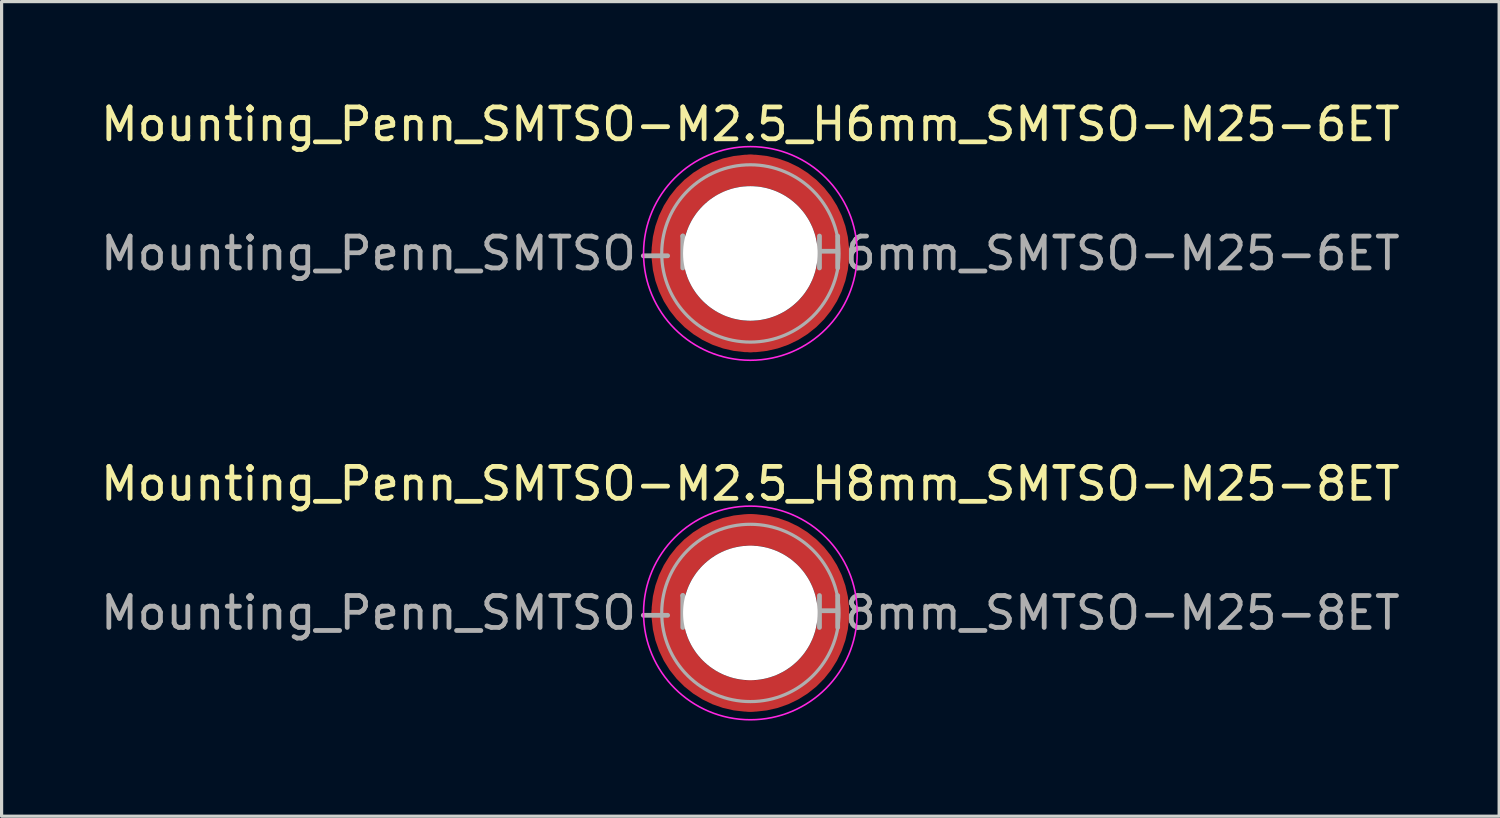
<source format=kicad_pcb>
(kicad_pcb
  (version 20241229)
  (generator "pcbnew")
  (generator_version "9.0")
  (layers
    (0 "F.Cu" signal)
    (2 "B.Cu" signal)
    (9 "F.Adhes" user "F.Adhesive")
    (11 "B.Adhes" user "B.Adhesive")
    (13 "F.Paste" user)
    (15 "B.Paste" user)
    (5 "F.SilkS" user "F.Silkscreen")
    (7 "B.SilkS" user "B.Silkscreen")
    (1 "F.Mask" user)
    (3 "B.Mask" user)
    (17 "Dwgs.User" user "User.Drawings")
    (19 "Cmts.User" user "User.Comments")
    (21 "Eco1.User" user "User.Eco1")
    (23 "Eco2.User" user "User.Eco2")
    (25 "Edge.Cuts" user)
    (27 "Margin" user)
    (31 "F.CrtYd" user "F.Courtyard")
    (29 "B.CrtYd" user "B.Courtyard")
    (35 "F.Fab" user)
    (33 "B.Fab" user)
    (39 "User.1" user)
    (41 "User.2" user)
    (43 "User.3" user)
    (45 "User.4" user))
  (footprint "Mounting_Penn_SMTSO-M2.5_H8mm_SMTSO-M25-8ET"
    (layer "F.Cu")
    (at 20.482 16.172)
    (property "Reference" "Mounting_Penn_SMTSO-M2.5_H8mm_SMTSO-M25-8ET" (at 0 -4.05 0) (layer "F.SilkS") (effects (font (size 1 1) (thickness 0.15))))
    (attr smd)
    (fp_circle (center 0 0) (end 3.35 0) (stroke (width 0.05) (type solid)) (fill no) (layer "F.CrtYd"))
    (fp_circle (center 0 0) (end 2.78 0) (stroke (width 0.1) (type solid)) (fill no) (layer "F.Fab"))
    (fp_text user "${REFERENCE}" (at 0 0 0) (layer "F.Fab") (effects (font (size 1 1) (thickness 0.15))))
    (pad "" smd custom (at -1.842 -1.842) (size 0.395 0.395) (layers "F.Paste") (options (anchor circle)) (primitives (gr_arc (start -0.448423 1.542013) (mid 0.208597 0.208597) (end 1.542013 -0.448423) (width 0.2)) (gr_arc (start -0.547562 1.542013) (mid 0.139064 0.139064) (end 1.542013 -0.547562) (width 0.2)) (gr_arc (start -0.646637 1.542013) (mid 0.069532 0.069532) (end 1.542013 -0.646637) (width 0.2)) (gr_arc (start -0.745655 1.542013) (mid 0 0) (end 1.542013 -0.745655) (width 0.2)) (gr_arc (start -0.844622 1.542013) (mid -0.069532 -0.069532) (end 1.542013 -0.844622) (width 0.2)) (gr_arc (start -0.943545 1.542013) (mid -0.139064 -0.139064) (end 1.542013 -0.943545) (width 0.2)) (gr_arc (start -1.042428 1.542013) (mid -0.208597 -0.208597) (end 1.542013 -1.042428) (width 0.2)) (gr_arc (start -1.042428 1.542013) (mid -0.208597 -0.208597) (end 1.542013 -1.042428) (width 0.2)) (gr_line (start 1.542 -0.448) (end 1.542 -1.042) (width 0.2)) (gr_line (start -0.448 1.542) (end -1.042 1.542) (width 0.2))))
    (pad "" smd custom (at -1.842 1.842) (size 0.395 0.395) (layers "F.Paste") (options (anchor circle)) (primitives (gr_arc (start 1.542013 0.448423) (mid 0.208597 -0.208597) (end -0.448423 -1.542013) (width 0.2)) (gr_arc (start 1.542013 0.547562) (mid 0.139064 -0.139064) (end -0.547562 -1.542013) (width 0.2)) (gr_arc (start 1.542013 0.646637) (mid 0.069532 -0.069532) (end -0.646637 -1.542013) (width 0.2)) (gr_arc (start 1.542013 0.745655) (mid 0 0) (end -0.745655 -1.542013) (width 0.2)) (gr_arc (start 1.542013 0.844622) (mid -0.069532 0.069532) (end -0.844622 -1.542013) (width 0.2)) (gr_arc (start 1.542013 0.943545) (mid -0.139064 0.139064) (end -0.943545 -1.542013) (width 0.2)) (gr_arc (start 1.542013 1.042428) (mid -0.208597 0.208597) (end -1.042428 -1.542013) (width 0.2)) (gr_arc (start 1.542013 1.042428) (mid -0.208597 0.208597) (end -1.042428 -1.542013) (width 0.2)) (gr_line (start -0.448 -1.542) (end -1.042 -1.542) (width 0.2)) (gr_line (start 1.542 0.448) (end 1.542 1.042) (width 0.2))))
    (pad "" np_thru_hole circle (at 0 0) (size 4.22 4.22) (drill 4.22) (layers "*.Cu" "*.Mask"))
    (pad "" smd custom (at 1.842 -1.842) (size 0.395 0.395) (layers "F.Paste") (options (anchor circle)) (primitives (gr_arc (start -1.542013 -0.448423) (mid -0.208597 0.208597) (end 0.448423 1.542013) (width 0.2)) (gr_arc (start -1.542013 -0.547562) (mid -0.139064 0.139064) (end 0.547562 1.542013) (width 0.2)) (gr_arc (start -1.542013 -0.646637) (mid -0.069532 0.069532) (end 0.646637 1.542013) (width 0.2)) (gr_arc (start -1.542013 -0.745655) (mid 0 0) (end 0.745655 1.542013) (width 0.2)) (gr_arc (start -1.542013 -0.844622) (mid 0.069532 -0.069532) (end 0.844622 1.542013) (width 0.2)) (gr_arc (start -1.542013 -0.943545) (mid 0.139064 -0.139064) (end 0.943545 1.542013) (width 0.2)) (gr_arc (start -1.542013 -1.042428) (mid 0.208597 -0.208597) (end 1.042428 1.542013) (width 0.2)) (gr_arc (start -1.542013 -1.042428) (mid 0.208597 -0.208597) (end 1.042428 1.542013) (width 0.2)) (gr_line (start 0.448 1.542) (end 1.042 1.542) (width 0.2)) (gr_line (start -1.542 -0.448) (end -1.542 -1.042) (width 0.2))))
    (pad "" smd custom (at 1.842 1.842) (size 0.395 0.395) (layers "F.Paste") (options (anchor circle)) (primitives (gr_arc (start 0.448423 -1.542013) (mid -0.208597 -0.208597) (end -1.542013 0.448423) (width 0.2)) (gr_arc (start 0.547562 -1.542013) (mid -0.139064 -0.139064) (end -1.542013 0.547562) (width 0.2)) (gr_arc (start 0.646637 -1.542013) (mid -0.069532 -0.069532) (end -1.542013 0.646637) (width 0.2)) (gr_arc (start 0.745655 -1.542013) (mid 0 0) (end -1.542013 0.745655) (width 0.2)) (gr_arc (start 0.844622 -1.542013) (mid 0.069532 0.069532) (end -1.542013 0.844622) (width 0.2)) (gr_arc (start 0.943545 -1.542013) (mid 0.139064 0.139064) (end -1.542013 0.943545) (width 0.2)) (gr_arc (start 1.042428 -1.542013) (mid 0.208597 0.208597) (end -1.542013 1.042428) (width 0.2)) (gr_arc (start 1.042428 -1.542013) (mid 0.208597 0.208597) (end -1.542013 1.042428) (width 0.2)) (gr_line (start -1.542 0.448) (end -1.542 1.042) (width 0.2)) (gr_line (start 0.448 -1.542) (end 1.042 -1.542) (width 0.2))))
    (pad "1" smd circle (at -2.605 0) (size 0.99 0.99) (layers "F.Cu"))
    (pad "1" smd circle (at 0 -2.605) (size 0.99 0.99) (layers "F.Cu"))
    (pad "1" smd circle (at 0 2.605) (size 0.99 0.99) (layers "F.Cu"))
    (pad "1" smd custom (at 2.605 0) (size 0.99 0.99) (layers "F.Cu" "F.Mask") (options (anchor circle)) (primitives (gr_circle (center -2.605 0) (end 0 0) (width 0.99) (fill no)))))
  (footprint "Mounting_Penn_SMTSO-M2.5_H6mm_SMTSO-M25-6ET"
    (layer "F.Cu")
    (at 20.482 4.898)
    (property "Reference" "Mounting_Penn_SMTSO-M2.5_H6mm_SMTSO-M25-6ET" (at 0 -4.05 0) (layer "F.SilkS") (effects (font (size 1 1) (thickness 0.15))))
    (attr smd)
    (fp_circle (center 0 0) (end 3.35 0) (stroke (width 0.05) (type solid)) (fill no) (layer "F.CrtYd"))
    (fp_circle (center 0 0) (end 2.78 0) (stroke (width 0.1) (type solid)) (fill no) (layer "F.Fab"))
    (fp_text user "${REFERENCE}" (at 0 0 0) (layer "F.Fab") (effects (font (size 1 1) (thickness 0.15))))
    (pad "" smd custom (at -1.842 -1.842) (size 0.395 0.395) (layers "F.Paste") (options (anchor circle)) (primitives (gr_arc (start -0.448423 1.542013) (mid 0.208597 0.208597) (end 1.542013 -0.448423) (width 0.2)) (gr_arc (start -0.547562 1.542013) (mid 0.139064 0.139064) (end 1.542013 -0.547562) (width 0.2)) (gr_arc (start -0.646637 1.542013) (mid 0.069532 0.069532) (end 1.542013 -0.646637) (width 0.2)) (gr_arc (start -0.745655 1.542013) (mid 0 0) (end 1.542013 -0.745655) (width 0.2)) (gr_arc (start -0.844622 1.542013) (mid -0.069532 -0.069532) (end 1.542013 -0.844622) (width 0.2)) (gr_arc (start -0.943545 1.542013) (mid -0.139064 -0.139064) (end 1.542013 -0.943545) (width 0.2)) (gr_arc (start -1.042428 1.542013) (mid -0.208597 -0.208597) (end 1.542013 -1.042428) (width 0.2)) (gr_arc (start -1.042428 1.542013) (mid -0.208597 -0.208597) (end 1.542013 -1.042428) (width 0.2)) (gr_line (start 1.542 -0.448) (end 1.542 -1.042) (width 0.2)) (gr_line (start -0.448 1.542) (end -1.042 1.542) (width 0.2))))
    (pad "" smd custom (at -1.842 1.842) (size 0.395 0.395) (layers "F.Paste") (options (anchor circle)) (primitives (gr_arc (start 1.542013 0.448423) (mid 0.208597 -0.208597) (end -0.448423 -1.542013) (width 0.2)) (gr_arc (start 1.542013 0.547562) (mid 0.139064 -0.139064) (end -0.547562 -1.542013) (width 0.2)) (gr_arc (start 1.542013 0.646637) (mid 0.069532 -0.069532) (end -0.646637 -1.542013) (width 0.2)) (gr_arc (start 1.542013 0.745655) (mid 0 0) (end -0.745655 -1.542013) (width 0.2)) (gr_arc (start 1.542013 0.844622) (mid -0.069532 0.069532) (end -0.844622 -1.542013) (width 0.2)) (gr_arc (start 1.542013 0.943545) (mid -0.139064 0.139064) (end -0.943545 -1.542013) (width 0.2)) (gr_arc (start 1.542013 1.042428) (mid -0.208597 0.208597) (end -1.042428 -1.542013) (width 0.2)) (gr_arc (start 1.542013 1.042428) (mid -0.208597 0.208597) (end -1.042428 -1.542013) (width 0.2)) (gr_line (start -0.448 -1.542) (end -1.042 -1.542) (width 0.2)) (gr_line (start 1.542 0.448) (end 1.542 1.042) (width 0.2))))
    (pad "" np_thru_hole circle (at 0 0) (size 4.22 4.22) (drill 4.22) (layers "*.Cu" "*.Mask"))
    (pad "" smd custom (at 1.842 -1.842) (size 0.395 0.395) (layers "F.Paste") (options (anchor circle)) (primitives (gr_arc (start -1.542013 -0.448423) (mid -0.208597 0.208597) (end 0.448423 1.542013) (width 0.2)) (gr_arc (start -1.542013 -0.547562) (mid -0.139064 0.139064) (end 0.547562 1.542013) (width 0.2)) (gr_arc (start -1.542013 -0.646637) (mid -0.069532 0.069532) (end 0.646637 1.542013) (width 0.2)) (gr_arc (start -1.542013 -0.745655) (mid 0 0) (end 0.745655 1.542013) (width 0.2)) (gr_arc (start -1.542013 -0.844622) (mid 0.069532 -0.069532) (end 0.844622 1.542013) (width 0.2)) (gr_arc (start -1.542013 -0.943545) (mid 0.139064 -0.139064) (end 0.943545 1.542013) (width 0.2)) (gr_arc (start -1.542013 -1.042428) (mid 0.208597 -0.208597) (end 1.042428 1.542013) (width 0.2)) (gr_arc (start -1.542013 -1.042428) (mid 0.208597 -0.208597) (end 1.042428 1.542013) (width 0.2)) (gr_line (start 0.448 1.542) (end 1.042 1.542) (width 0.2)) (gr_line (start -1.542 -0.448) (end -1.542 -1.042) (width 0.2))))
    (pad "" smd custom (at 1.842 1.842) (size 0.395 0.395) (layers "F.Paste") (options (anchor circle)) (primitives (gr_arc (start 0.448423 -1.542013) (mid -0.208597 -0.208597) (end -1.542013 0.448423) (width 0.2)) (gr_arc (start 0.547562 -1.542013) (mid -0.139064 -0.139064) (end -1.542013 0.547562) (width 0.2)) (gr_arc (start 0.646637 -1.542013) (mid -0.069532 -0.069532) (end -1.542013 0.646637) (width 0.2)) (gr_arc (start 0.745655 -1.542013) (mid 0 0) (end -1.542013 0.745655) (width 0.2)) (gr_arc (start 0.844622 -1.542013) (mid 0.069532 0.069532) (end -1.542013 0.844622) (width 0.2)) (gr_arc (start 0.943545 -1.542013) (mid 0.139064 0.139064) (end -1.542013 0.943545) (width 0.2)) (gr_arc (start 1.042428 -1.542013) (mid 0.208597 0.208597) (end -1.542013 1.042428) (width 0.2)) (gr_arc (start 1.042428 -1.542013) (mid 0.208597 0.208597) (end -1.542013 1.042428) (width 0.2)) (gr_line (start -1.542 0.448) (end -1.542 1.042) (width 0.2)) (gr_line (start 0.448 -1.542) (end 1.042 -1.542) (width 0.2))))
    (pad "1" smd circle (at -2.605 0) (size 0.99 0.99) (layers "F.Cu"))
    (pad "1" smd circle (at 0 -2.605) (size 0.99 0.99) (layers "F.Cu"))
    (pad "1" smd circle (at 0 2.605) (size 0.99 0.99) (layers "F.Cu"))
    (pad "1" smd custom (at 2.605 0) (size 0.99 0.99) (layers "F.Cu" "F.Mask") (options (anchor circle)) (primitives (gr_circle (center -2.605 0) (end 0 0) (width 0.99) (fill no)))))
  (gr_rect
    (start -3 -3)
    (end 43.964 22.547)
    (stroke (width 0.1) (type default))
    (fill no)
    (layer "Edge.Cuts")))
</source>
